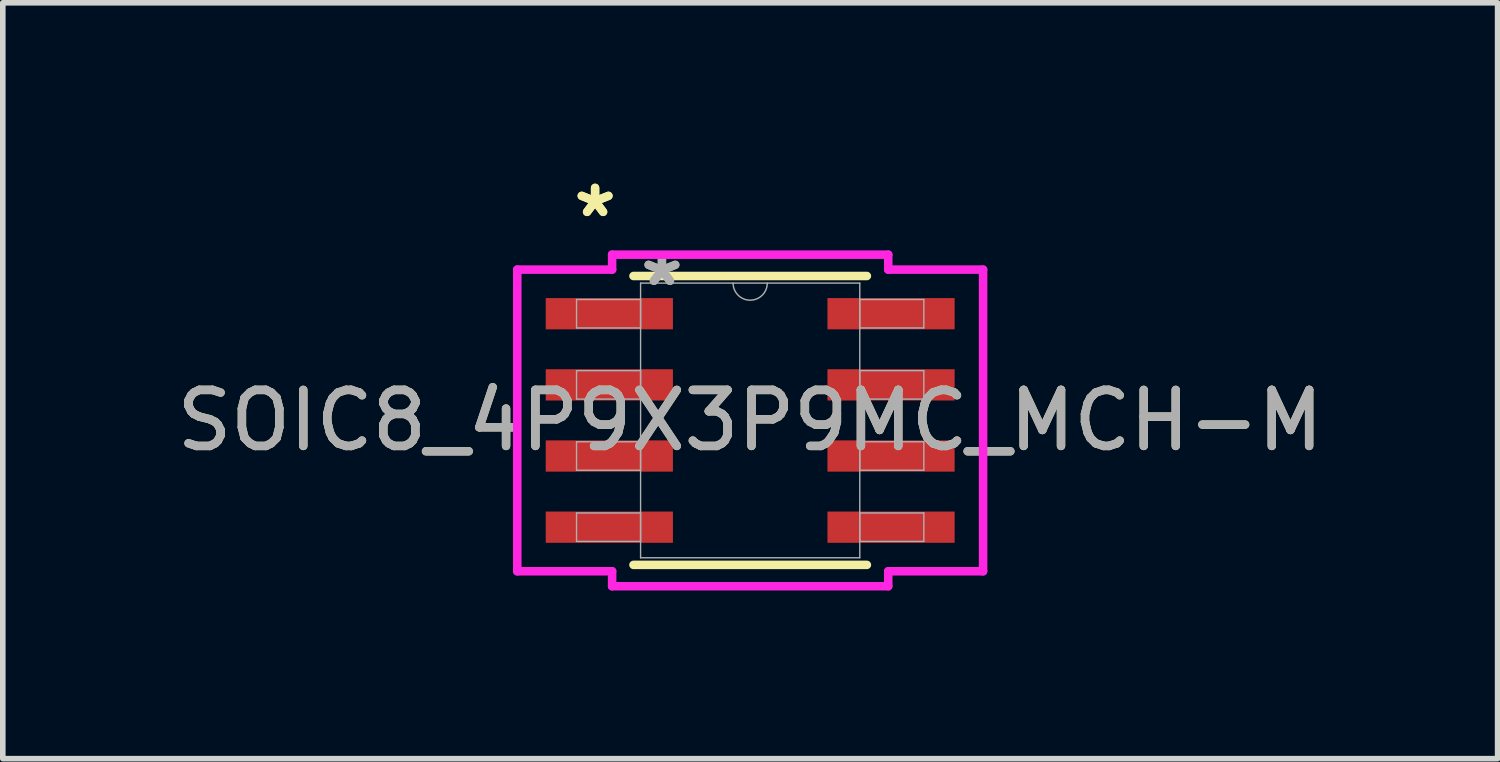
<source format=kicad_pcb>
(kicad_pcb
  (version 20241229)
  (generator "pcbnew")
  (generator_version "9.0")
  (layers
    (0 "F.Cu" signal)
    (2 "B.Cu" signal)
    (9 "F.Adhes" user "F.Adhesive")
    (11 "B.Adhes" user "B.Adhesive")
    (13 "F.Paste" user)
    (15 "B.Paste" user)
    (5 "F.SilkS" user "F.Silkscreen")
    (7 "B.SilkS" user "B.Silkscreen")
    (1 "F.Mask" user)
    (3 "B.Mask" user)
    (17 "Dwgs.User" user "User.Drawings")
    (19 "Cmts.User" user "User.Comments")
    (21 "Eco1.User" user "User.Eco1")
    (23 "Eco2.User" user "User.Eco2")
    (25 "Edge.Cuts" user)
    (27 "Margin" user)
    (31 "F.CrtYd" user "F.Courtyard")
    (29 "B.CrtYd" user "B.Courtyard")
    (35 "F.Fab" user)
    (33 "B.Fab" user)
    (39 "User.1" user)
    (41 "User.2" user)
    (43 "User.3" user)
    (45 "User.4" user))
  (footprint "SOIC8_4P9X3P9MC_MCH-M"
    (layer "F.Cu")
    (at 10.339 4.454)
    (property "Reference" "SOIC8_4P9X3P9MC_MCH-M" (at 0 0 0) (unlocked yes) (layer "F.SilkS") (effects (font (size 1 1) (thickness 0.15))))
    (attr smd)
    (fp_line (start -2.083 2.578) (end 2.083 2.578) (stroke (width 0.152) (type solid)) (layer "F.SilkS"))
    (fp_line (start 2.083 -2.578) (end -2.083 -2.578) (stroke (width 0.152) (type solid)) (layer "F.SilkS"))
    (fp_line (start -4.157 -2.692) (end -2.464 -2.692) (stroke (width 0.152) (type solid)) (layer "F.CrtYd"))
    (fp_line (start -4.157 2.692) (end -4.157 -2.692) (stroke (width 0.152) (type solid)) (layer "F.CrtYd"))
    (fp_line (start -4.157 2.692) (end -2.464 2.692) (stroke (width 0.152) (type solid)) (layer "F.CrtYd"))
    (fp_line (start -2.464 -2.959) (end 2.464 -2.959) (stroke (width 0.152) (type solid)) (layer "F.CrtYd"))
    (fp_line (start -2.464 -2.692) (end -2.464 -2.959) (stroke (width 0.152) (type solid)) (layer "F.CrtYd"))
    (fp_line (start -2.464 2.959) (end -2.464 2.692) (stroke (width 0.152) (type solid)) (layer "F.CrtYd"))
    (fp_line (start 2.464 -2.959) (end 2.464 -2.692) (stroke (width 0.152) (type solid)) (layer "F.CrtYd"))
    (fp_line (start 2.464 2.692) (end 2.464 2.959) (stroke (width 0.152) (type solid)) (layer "F.CrtYd"))
    (fp_line (start 2.464 2.959) (end -2.464 2.959) (stroke (width 0.152) (type solid)) (layer "F.CrtYd"))
    (fp_line (start 4.157 -2.692) (end 2.464 -2.692) (stroke (width 0.152) (type solid)) (layer "F.CrtYd"))
    (fp_line (start 4.157 -2.692) (end 4.157 2.692) (stroke (width 0.152) (type solid)) (layer "F.CrtYd"))
    (fp_line (start 4.157 2.692) (end 2.464 2.692) (stroke (width 0.152) (type solid)) (layer "F.CrtYd"))
    (fp_line (start -3.099 -2.159) (end -3.099 -1.651) (stroke (width 0.025) (type solid)) (layer "F.Fab"))
    (fp_line (start -3.099 -1.651) (end -1.956 -1.651) (stroke (width 0.025) (type solid)) (layer "F.Fab"))
    (fp_line (start -3.099 -0.889) (end -3.099 -0.381) (stroke (width 0.025) (type solid)) (layer "F.Fab"))
    (fp_line (start -3.099 -0.381) (end -1.956 -0.381) (stroke (width 0.025) (type solid)) (layer "F.Fab"))
    (fp_line (start -3.099 0.381) (end -3.099 0.889) (stroke (width 0.025) (type solid)) (layer "F.Fab"))
    (fp_line (start -3.099 0.889) (end -1.956 0.889) (stroke (width 0.025) (type solid)) (layer "F.Fab"))
    (fp_line (start -3.099 1.651) (end -3.099 2.159) (stroke (width 0.025) (type solid)) (layer "F.Fab"))
    (fp_line (start -3.099 2.159) (end -1.956 2.159) (stroke (width 0.025) (type solid)) (layer "F.Fab"))
    (fp_line (start -1.956 -2.451) (end -1.956 2.451) (stroke (width 0.025) (type solid)) (layer "F.Fab"))
    (fp_line (start -1.956 -2.159) (end -3.099 -2.159) (stroke (width 0.025) (type solid)) (layer "F.Fab"))
    (fp_line (start -1.956 -1.651) (end -1.956 -2.159) (stroke (width 0.025) (type solid)) (layer "F.Fab"))
    (fp_line (start -1.956 -0.889) (end -3.099 -0.889) (stroke (width 0.025) (type solid)) (layer "F.Fab"))
    (fp_line (start -1.956 -0.381) (end -1.956 -0.889) (stroke (width 0.025) (type solid)) (layer "F.Fab"))
    (fp_line (start -1.956 0.381) (end -3.099 0.381) (stroke (width 0.025) (type solid)) (layer "F.Fab"))
    (fp_line (start -1.956 0.889) (end -1.956 0.381) (stroke (width 0.025) (type solid)) (layer "F.Fab"))
    (fp_line (start -1.956 1.651) (end -3.099 1.651) (stroke (width 0.025) (type solid)) (layer "F.Fab"))
    (fp_line (start -1.956 2.159) (end -1.956 1.651) (stroke (width 0.025) (type solid)) (layer "F.Fab"))
    (fp_line (start -1.956 2.451) (end 1.956 2.451) (stroke (width 0.025) (type solid)) (layer "F.Fab"))
    (fp_line (start 1.956 -2.451) (end -1.956 -2.451) (stroke (width 0.025) (type solid)) (layer "F.Fab"))
    (fp_line (start 1.956 -2.159) (end 1.956 -1.651) (stroke (width 0.025) (type solid)) (layer "F.Fab"))
    (fp_line (start 1.956 -1.651) (end 3.099 -1.651) (stroke (width 0.025) (type solid)) (layer "F.Fab"))
    (fp_line (start 1.956 -0.889) (end 1.956 -0.381) (stroke (width 0.025) (type solid)) (layer "F.Fab"))
    (fp_line (start 1.956 -0.381) (end 3.099 -0.381) (stroke (width 0.025) (type solid)) (layer "F.Fab"))
    (fp_line (start 1.956 0.381) (end 1.956 0.889) (stroke (width 0.025) (type solid)) (layer "F.Fab"))
    (fp_line (start 1.956 0.889) (end 3.099 0.889) (stroke (width 0.025) (type solid)) (layer "F.Fab"))
    (fp_line (start 1.956 1.651) (end 1.956 2.159) (stroke (width 0.025) (type solid)) (layer "F.Fab"))
    (fp_line (start 1.956 2.159) (end 3.099 2.159) (stroke (width 0.025) (type solid)) (layer "F.Fab"))
    (fp_line (start 1.956 2.451) (end 1.956 -2.451) (stroke (width 0.025) (type solid)) (layer "F.Fab"))
    (fp_line (start 3.099 -2.159) (end 1.956 -2.159) (stroke (width 0.025) (type solid)) (layer "F.Fab"))
    (fp_line (start 3.099 -1.651) (end 3.099 -2.159) (stroke (width 0.025) (type solid)) (layer "F.Fab"))
    (fp_line (start 3.099 -0.889) (end 1.956 -0.889) (stroke (width 0.025) (type solid)) (layer "F.Fab"))
    (fp_line (start 3.099 -0.381) (end 3.099 -0.889) (stroke (width 0.025) (type solid)) (layer "F.Fab"))
    (fp_line (start 3.099 0.381) (end 1.956 0.381) (stroke (width 0.025) (type solid)) (layer "F.Fab"))
    (fp_line (start 3.099 0.889) (end 3.099 0.381) (stroke (width 0.025) (type solid)) (layer "F.Fab"))
    (fp_line (start 3.099 1.651) (end 1.956 1.651) (stroke (width 0.025) (type solid)) (layer "F.Fab"))
    (fp_line (start 3.099 2.159) (end 3.099 1.651) (stroke (width 0.025) (type solid)) (layer "F.Fab"))
    (fp_arc (start 0.3048 -2.4511) (mid 0 -2.1463) (end -0.3048 -2.4511) (stroke (width 0.0254) (type solid)) (layer "F.Fab"))
    (fp_text user "*" (at -2.768 -3.606 0) (unlocked yes) (layer "F.SilkS") (effects (font (size 1 1) (thickness 0.15))))
    (fp_text user "*" (at -2.768 -3.606 0) (layer "F.SilkS") (effects (font (size 1 1) (thickness 0.15))))
    (fp_text user "*" (at -1.575 -2.375 0) (layer "F.Fab") (effects (font (size 1 1) (thickness 0.15))))
    (fp_text user "${REFERENCE}" (at 0 0 0) (unlocked yes) (layer "F.Fab") (effects (font (size 1 1) (thickness 0.15))))
    (fp_text user "*" (at -1.575 -2.375 0) (unlocked yes) (layer "F.Fab") (effects (font (size 1 1) (thickness 0.15))))
    (pad "1" smd rect (at -2.514 -1.905) (size 2.27 0.558) (layers "F.Cu" "F.Mask" "F.Paste"))
    (pad "2" smd rect (at -2.514 -0.635) (size 2.27 0.558) (layers "F.Cu" "F.Mask" "F.Paste"))
    (pad "3" smd rect (at -2.514 0.635) (size 2.27 0.558) (layers "F.Cu" "F.Mask" "F.Paste"))
    (pad "4" smd rect (at -2.514 1.905) (size 2.27 0.558) (layers "F.Cu" "F.Mask" "F.Paste"))
    (pad "5" smd rect (at 2.514 1.905) (size 2.27 0.558) (layers "F.Cu" "F.Mask" "F.Paste"))
    (pad "6" smd rect (at 2.514 0.635) (size 2.27 0.558) (layers "F.Cu" "F.Mask" "F.Paste"))
    (pad "7" smd rect (at 2.514 -0.635) (size 2.27 0.558) (layers "F.Cu" "F.Mask" "F.Paste"))
    (pad "8" smd rect (at 2.514 -1.905) (size 2.27 0.558) (layers "F.Cu" "F.Mask" "F.Paste")))
  (gr_rect
    (start -3 -3)
    (end 23.679 10.49)
    (stroke (width 0.1) (type default))
    (fill no)
    (layer "Edge.Cuts")))
</source>
